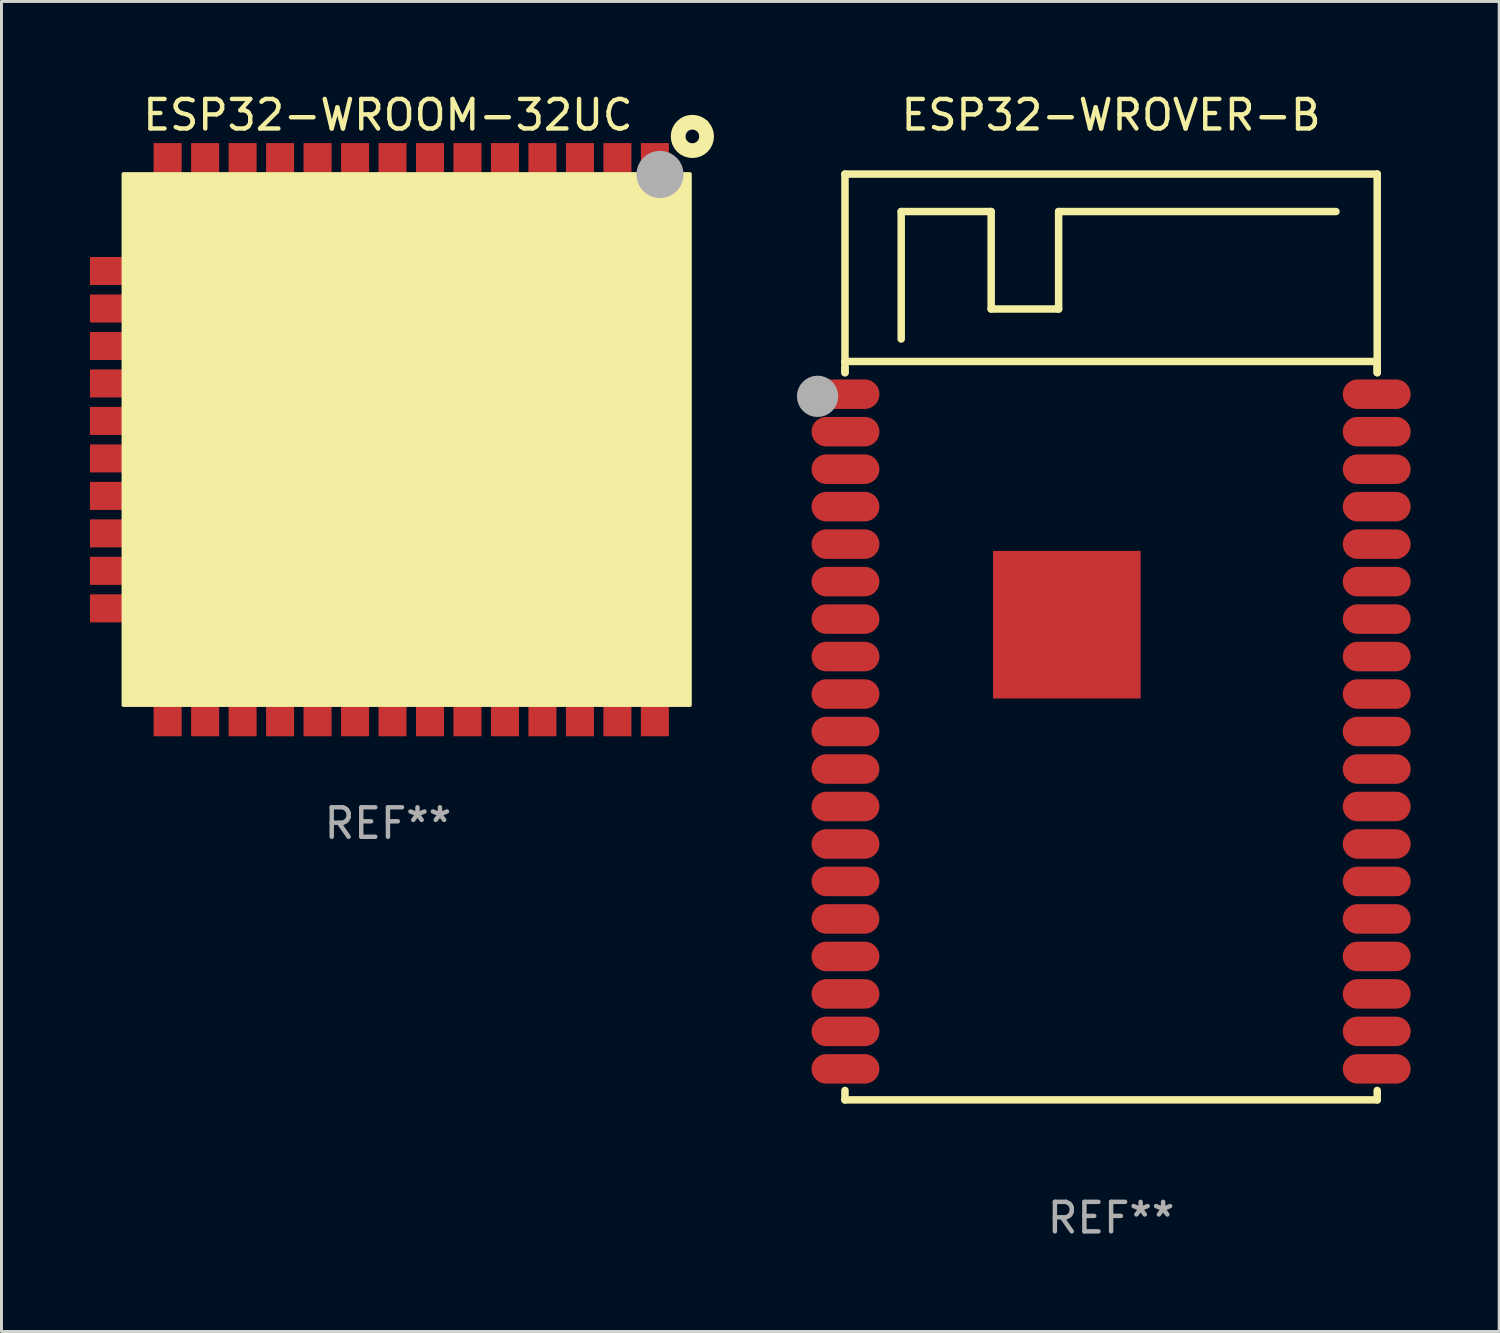
<source format=kicad_pcb>
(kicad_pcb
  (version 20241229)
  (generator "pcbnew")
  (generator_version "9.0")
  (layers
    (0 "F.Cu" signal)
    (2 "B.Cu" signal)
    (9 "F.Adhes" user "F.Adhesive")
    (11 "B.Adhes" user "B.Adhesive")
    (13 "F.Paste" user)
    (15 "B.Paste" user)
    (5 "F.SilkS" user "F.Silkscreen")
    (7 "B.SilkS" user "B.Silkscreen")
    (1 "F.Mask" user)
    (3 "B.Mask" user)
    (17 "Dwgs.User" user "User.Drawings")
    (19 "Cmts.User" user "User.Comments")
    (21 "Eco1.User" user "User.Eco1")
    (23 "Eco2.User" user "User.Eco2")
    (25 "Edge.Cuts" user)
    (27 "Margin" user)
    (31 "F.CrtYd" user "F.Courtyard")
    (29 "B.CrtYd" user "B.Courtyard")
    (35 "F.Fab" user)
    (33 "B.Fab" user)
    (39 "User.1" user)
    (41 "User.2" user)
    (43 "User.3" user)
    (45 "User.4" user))
  (footprint "ESP32-WROVER-B"
    (layer "F.Cu")
    (at 34.598 18.533)
    (property "Reference" "ESP32-WROVER-B" (at 0 -17.685 0) (layer "F.SilkS") (effects (font (size 1 1) (thickness 0.15))))
    (attr through_hole)
    (fp_line (start -9.017 -15.685) (end 9.017 -15.685) (stroke (width 0.254) (type solid)) (layer "F.SilkS"))
    (fp_line (start -9.017 -9.335) (end -9.017 -15.685) (stroke (width 0.254) (type solid)) (layer "F.SilkS"))
    (fp_line (start -9.017 -9.311) (end -9.017 -8.954) (stroke (width 0.254) (type solid)) (layer "F.SilkS"))
    (fp_line (start -9.017 -8.957) (end -9.017 -9.113) (stroke (width 0.254) (type solid)) (layer "F.SilkS"))
    (fp_line (start -9.017 15.685) (end -9.017 15.366) (stroke (width 0.254) (type solid)) (layer "F.SilkS"))
    (fp_line (start -7.112 -14.415) (end -4.064 -14.415) (stroke (width 0.254) (type solid)) (layer "F.SilkS"))
    (fp_line (start -7.112 -10.097) (end -7.112 -14.415) (stroke (width 0.254) (type solid)) (layer "F.SilkS"))
    (fp_line (start -4.064 -14.415) (end -4.064 -11.113) (stroke (width 0.254) (type solid)) (layer "F.SilkS"))
    (fp_line (start -4.064 -11.113) (end -1.778 -11.113) (stroke (width 0.254) (type solid)) (layer "F.SilkS"))
    (fp_line (start -1.778 -14.415) (end 7.62 -14.415) (stroke (width 0.254) (type solid)) (layer "F.SilkS"))
    (fp_line (start -1.778 -11.113) (end -1.778 -14.415) (stroke (width 0.254) (type solid)) (layer "F.SilkS"))
    (fp_line (start 9.017 -15.685) (end 9.017 -8.957) (stroke (width 0.254) (type solid)) (layer "F.SilkS"))
    (fp_line (start 9.017 -9.335) (end -9.017 -9.335) (stroke (width 0.254) (type solid)) (layer "F.SilkS"))
    (fp_line (start 9.017 -8.954) (end 9.017 -9.335) (stroke (width 0.254) (type solid)) (layer "F.SilkS"))
    (fp_line (start 9.017 15.366) (end 9.017 15.685) (stroke (width 0.254) (type solid)) (layer "F.SilkS"))
    (fp_line (start 9.017 15.685) (end -9.017 15.685) (stroke (width 0.254) (type solid)) (layer "F.SilkS"))
    (fp_circle (center -9 -15.665) (end -8.97 -15.665) (stroke (width 0.06) (type solid)) (fill no) (layer "F.SilkS"))
    (fp_circle (center -9.946 -8.154) (end -9.596 -8.154) (stroke (width 0.7) (type solid)) (fill no) (layer "F.Fab"))
    (fp_text user "REF**" (at 0 19.685 0) (layer "F.Fab") (effects (font (size 1 1) (thickness 0.15))))
    (pad "1" smd oval (at -9 -8.226) (size 2.3 1) (layers "F.Cu" "F.Mask" "F.Paste"))
    (pad "2" smd oval (at -9 -6.956) (size 2.3 1) (layers "F.Cu" "F.Mask" "F.Paste"))
    (pad "3" smd oval (at -9 -5.686) (size 2.3 1) (layers "F.Cu" "F.Mask" "F.Paste"))
    (pad "4" smd oval (at -9 -4.416) (size 2.3 1) (layers "F.Cu" "F.Mask" "F.Paste"))
    (pad "5" smd oval (at -9 -3.146) (size 2.3 1) (layers "F.Cu" "F.Mask" "F.Paste"))
    (pad "6" smd oval (at -9 -1.876) (size 2.3 1) (layers "F.Cu" "F.Mask" "F.Paste"))
    (pad "7" smd oval (at -9 -0.606) (size 2.3 1) (layers "F.Cu" "F.Mask" "F.Paste"))
    (pad "8" smd oval (at -9 0.664) (size 2.3 1) (layers "F.Cu" "F.Mask" "F.Paste"))
    (pad "9" smd oval (at -9 1.934) (size 2.3 1) (layers "F.Cu" "F.Mask" "F.Paste"))
    (pad "10" smd oval (at -9 3.204) (size 2.3 1) (layers "F.Cu" "F.Mask" "F.Paste"))
    (pad "11" smd oval (at -9 4.474) (size 2.3 1) (layers "F.Cu" "F.Mask" "F.Paste"))
    (pad "12" smd oval (at -9 5.744) (size 2.3 1) (layers "F.Cu" "F.Mask" "F.Paste"))
    (pad "13" smd oval (at -9 7.014) (size 2.3 1) (layers "F.Cu" "F.Mask" "F.Paste"))
    (pad "14" smd oval (at -9 8.284) (size 2.3 1) (layers "F.Cu" "F.Mask" "F.Paste"))
    (pad "15" smd oval (at -9 9.554) (size 2.3 1) (layers "F.Cu" "F.Mask" "F.Paste"))
    (pad "16" smd oval (at -9 10.824) (size 2.3 1) (layers "F.Cu" "F.Mask" "F.Paste"))
    (pad "17" smd oval (at -9 12.094) (size 2.3 1) (layers "F.Cu" "F.Mask" "F.Paste"))
    (pad "18" smd oval (at -9 13.364) (size 2.3 1) (layers "F.Cu" "F.Mask" "F.Paste"))
    (pad "19" smd oval (at -9 14.634) (size 2.3 1) (layers "F.Cu" "F.Mask" "F.Paste"))
    (pad "20" smd oval (at 9 14.634) (size 2.3 1) (layers "F.Cu" "F.Mask" "F.Paste"))
    (pad "21" smd oval (at 9 13.364) (size 2.3 1) (layers "F.Cu" "F.Mask" "F.Paste"))
    (pad "22" smd oval (at 9 12.094) (size 2.3 1) (layers "F.Cu" "F.Mask" "F.Paste"))
    (pad "23" smd oval (at 9 10.824) (size 2.3 1) (layers "F.Cu" "F.Mask" "F.Paste"))
    (pad "24" smd oval (at 9 9.554) (size 2.3 1) (layers "F.Cu" "F.Mask" "F.Paste"))
    (pad "25" smd oval (at 9 8.284) (size 2.3 1) (layers "F.Cu" "F.Mask" "F.Paste"))
    (pad "26" smd oval (at 9 7.014) (size 2.3 1) (layers "F.Cu" "F.Mask" "F.Paste"))
    (pad "27" smd oval (at 9 5.744) (size 2.3 1) (layers "F.Cu" "F.Mask" "F.Paste"))
    (pad "28" smd oval (at 9 4.474) (size 2.3 1) (layers "F.Cu" "F.Mask" "F.Paste"))
    (pad "29" smd oval (at 9 3.204) (size 2.3 1) (layers "F.Cu" "F.Mask" "F.Paste"))
    (pad "30" smd oval (at 9 1.934) (size 2.3 1) (layers "F.Cu" "F.Mask" "F.Paste"))
    (pad "31" smd oval (at 9 0.664) (size 2.3 1) (layers "F.Cu" "F.Mask" "F.Paste"))
    (pad "32" smd oval (at 9 -0.606) (size 2.3 1) (layers "F.Cu" "F.Mask" "F.Paste"))
    (pad "33" smd oval (at 9 -1.876) (size 2.3 1) (layers "F.Cu" "F.Mask" "F.Paste"))
    (pad "34" smd oval (at 9 -3.146) (size 2.3 1) (layers "F.Cu" "F.Mask" "F.Paste"))
    (pad "35" smd oval (at 9 -4.416) (size 2.3 1) (layers "F.Cu" "F.Mask" "F.Paste"))
    (pad "36" smd oval (at 9 -5.686) (size 2.3 1) (layers "F.Cu" "F.Mask" "F.Paste"))
    (pad "37" smd oval (at 9 -6.956) (size 2.3 1) (layers "F.Cu" "F.Mask" "F.Paste"))
    (pad "38" smd oval (at 9 -8.226) (size 2.3 1) (layers "F.Cu" "F.Mask" "F.Paste"))
    (pad "39" smd rect (at -1.5 -0.416) (size 5 5) (layers "F.Cu" "F.Mask" "F.Paste")))
  (footprint "ESP32-WROOM-32UC"
    (layer "F.Cu")
    (at 10.095 11.848)
    (property "Reference" "ESP32-WROOM-32UC" (at 0 -11 0) (layer "F.SilkS") (effects (font (size 1 1) (thickness 0.15))))
    (attr through_hole)
    (fp_circle (center 7 5.97) (end 7.708 5.97) (stroke (width 0.254) (type solid)) (fill no) (layer "F.SilkS"))
    (fp_circle (center 7 5.97) (end 8.5 5.97) (stroke (width 0.254) (type solid)) (fill no) (layer "F.SilkS"))
    (fp_circle (center 10.315 -10.275) (end 10.547 -10.275) (stroke (width 0.5) (type solid)) (fill no) (layer "F.SilkS"))
    (fp_circle (center 10.797 -10.757) (end 10.827 -10.757) (stroke (width 0.06) (type solid)) (fill no) (layer "F.SilkS"))
    (fp_poly (pts (xy -8.965 -9.005) (xy 10.235 -9.005) (xy 10.235 8.995) (xy -8.965 8.995)) (stroke (width 0.12) (type solid)) (fill yes) (layer "F.SilkS"))
    (fp_circle (center 9.218 -8.987) (end 9.618 -8.987) (stroke (width 0.8) (type solid)) (fill no) (layer "F.Fab"))
    (fp_text user "WIFI" (at -2.44 4.445 0) (layer "B.Mask") (effects (font (size 1 1) (thickness 0.15))))
    (fp_text user "REF**" (at 0 13 0) (layer "F.Fab") (effects (font (size 1 1) (thickness 0.15))))
    (pad "1" smd rect (at 9.045 -9) (size 0.95 2.1) (layers "F.Cu" "F.Mask" "F.Paste"))
    (pad "2" smd rect (at 7.775 -9) (size 0.95 2.1) (layers "F.Cu" "F.Mask" "F.Paste"))
    (pad "3" smd rect (at 6.505 -9) (size 0.95 2.1) (layers "F.Cu" "F.Mask" "F.Paste"))
    (pad "4" smd rect (at 5.235 -9) (size 0.95 2.1) (layers "F.Cu" "F.Mask" "F.Paste"))
    (pad "5" smd rect (at 3.965 -9) (size 0.95 2.1) (layers "F.Cu" "F.Mask" "F.Paste"))
    (pad "6" smd rect (at 2.695 -9) (size 0.95 2.1) (layers "F.Cu" "F.Mask" "F.Paste"))
    (pad "7" smd rect (at 1.425 -9) (size 0.95 2.1) (layers "F.Cu" "F.Mask" "F.Paste"))
    (pad "8" smd rect (at 0.155 -9) (size 0.95 2.1) (layers "F.Cu" "F.Mask" "F.Paste"))
    (pad "9" smd rect (at -1.115 -9) (size 0.95 2.1) (layers "F.Cu" "F.Mask" "F.Paste"))
    (pad "10" smd rect (at -2.385 -9) (size 0.95 2.1) (layers "F.Cu" "F.Mask" "F.Paste"))
    (pad "11" smd rect (at -3.655 -9) (size 0.95 2.1) (layers "F.Cu" "F.Mask" "F.Paste"))
    (pad "12" smd rect (at -4.925 -9) (size 0.95 2.1) (layers "F.Cu" "F.Mask" "F.Paste"))
    (pad "13" smd rect (at -6.195 -9) (size 0.95 2.1) (layers "F.Cu" "F.Mask" "F.Paste"))
    (pad "14" smd rect (at -7.465 -9) (size 0.95 2.1) (layers "F.Cu" "F.Mask" "F.Paste"))
    (pad "15" smd rect (at -9.045 -5.715) (size 2.1 0.95) (layers "F.Cu" "F.Mask" "F.Paste"))
    (pad "16" smd rect (at -9.045 -4.445) (size 2.1 0.95) (layers "F.Cu" "F.Mask" "F.Paste"))
    (pad "17" smd rect (at -9.045 -3.175) (size 2.1 0.95) (layers "F.Cu" "F.Mask" "F.Paste"))
    (pad "18" smd rect (at -9.045 -1.905) (size 2.1 0.95) (layers "F.Cu" "F.Mask" "F.Paste"))
    (pad "19" smd rect (at -9.045 -0.635) (size 2.1 0.95) (layers "F.Cu" "F.Mask" "F.Paste"))
    (pad "20" smd rect (at -9.045 0.635) (size 2.1 0.95) (layers "F.Cu" "F.Mask" "F.Paste"))
    (pad "21" smd rect (at -9.045 1.905) (size 2.1 0.95) (layers "F.Cu" "F.Mask" "F.Paste"))
    (pad "22" smd rect (at -9.045 3.175) (size 2.1 0.95) (layers "F.Cu" "F.Mask" "F.Paste"))
    (pad "23" smd rect (at -9.045 4.445) (size 2.1 0.95) (layers "F.Cu" "F.Mask" "F.Paste"))
    (pad "24" smd rect (at -9.045 5.715) (size 2.1 0.95) (layers "F.Cu" "F.Mask" "F.Paste"))
    (pad "25" smd rect (at -7.465 9) (size 0.95 2.1) (layers "F.Cu" "F.Mask" "F.Paste"))
    (pad "26" smd rect (at -6.195 9) (size 0.95 2.1) (layers "F.Cu" "F.Mask" "F.Paste"))
    (pad "27" smd rect (at -4.925 9) (size 0.95 2.1) (layers "F.Cu" "F.Mask" "F.Paste"))
    (pad "28" smd rect (at -3.655 9) (size 0.95 2.1) (layers "F.Cu" "F.Mask" "F.Paste"))
    (pad "29" smd rect (at -2.385 9) (size 0.95 2.1) (layers "F.Cu" "F.Mask" "F.Paste"))
    (pad "30" smd rect (at -1.115 9) (size 0.95 2.1) (layers "F.Cu" "F.Mask" "F.Paste"))
    (pad "31" smd rect (at 0.155 9) (size 0.95 2.1) (layers "F.Cu" "F.Mask" "F.Paste"))
    (pad "32" smd rect (at 1.425 9) (size 0.95 2.1) (layers "F.Cu" "F.Mask" "F.Paste"))
    (pad "33" smd rect (at 2.695 9) (size 0.95 2.1) (layers "F.Cu" "F.Mask" "F.Paste"))
    (pad "34" smd rect (at 3.965 9) (size 0.95 2.1) (layers "F.Cu" "F.Mask" "F.Paste"))
    (pad "35" smd rect (at 5.235 9) (size 0.95 2.1) (layers "F.Cu" "F.Mask" "F.Paste"))
    (pad "36" smd rect (at 6.505 9) (size 0.95 2.1) (layers "F.Cu" "F.Mask" "F.Paste"))
    (pad "37" smd rect (at 7.775 9) (size 0.95 2.1) (layers "F.Cu" "F.Mask" "F.Paste"))
    (pad "38" smd rect (at 9.045 9) (size 0.95 2.1) (layers "F.Cu" "F.Mask" "F.Paste"))
    (pad "39" smd rect (at 1.32 -1.51) (size 3.8 3.8) (layers "F.Cu" "F.Mask" "F.Paste")))
  (gr_rect
    (start -3 -3)
    (end 47.748 42.066)
    (stroke (width 0.1) (type default))
    (fill no)
    (layer "Edge.Cuts")))
</source>
